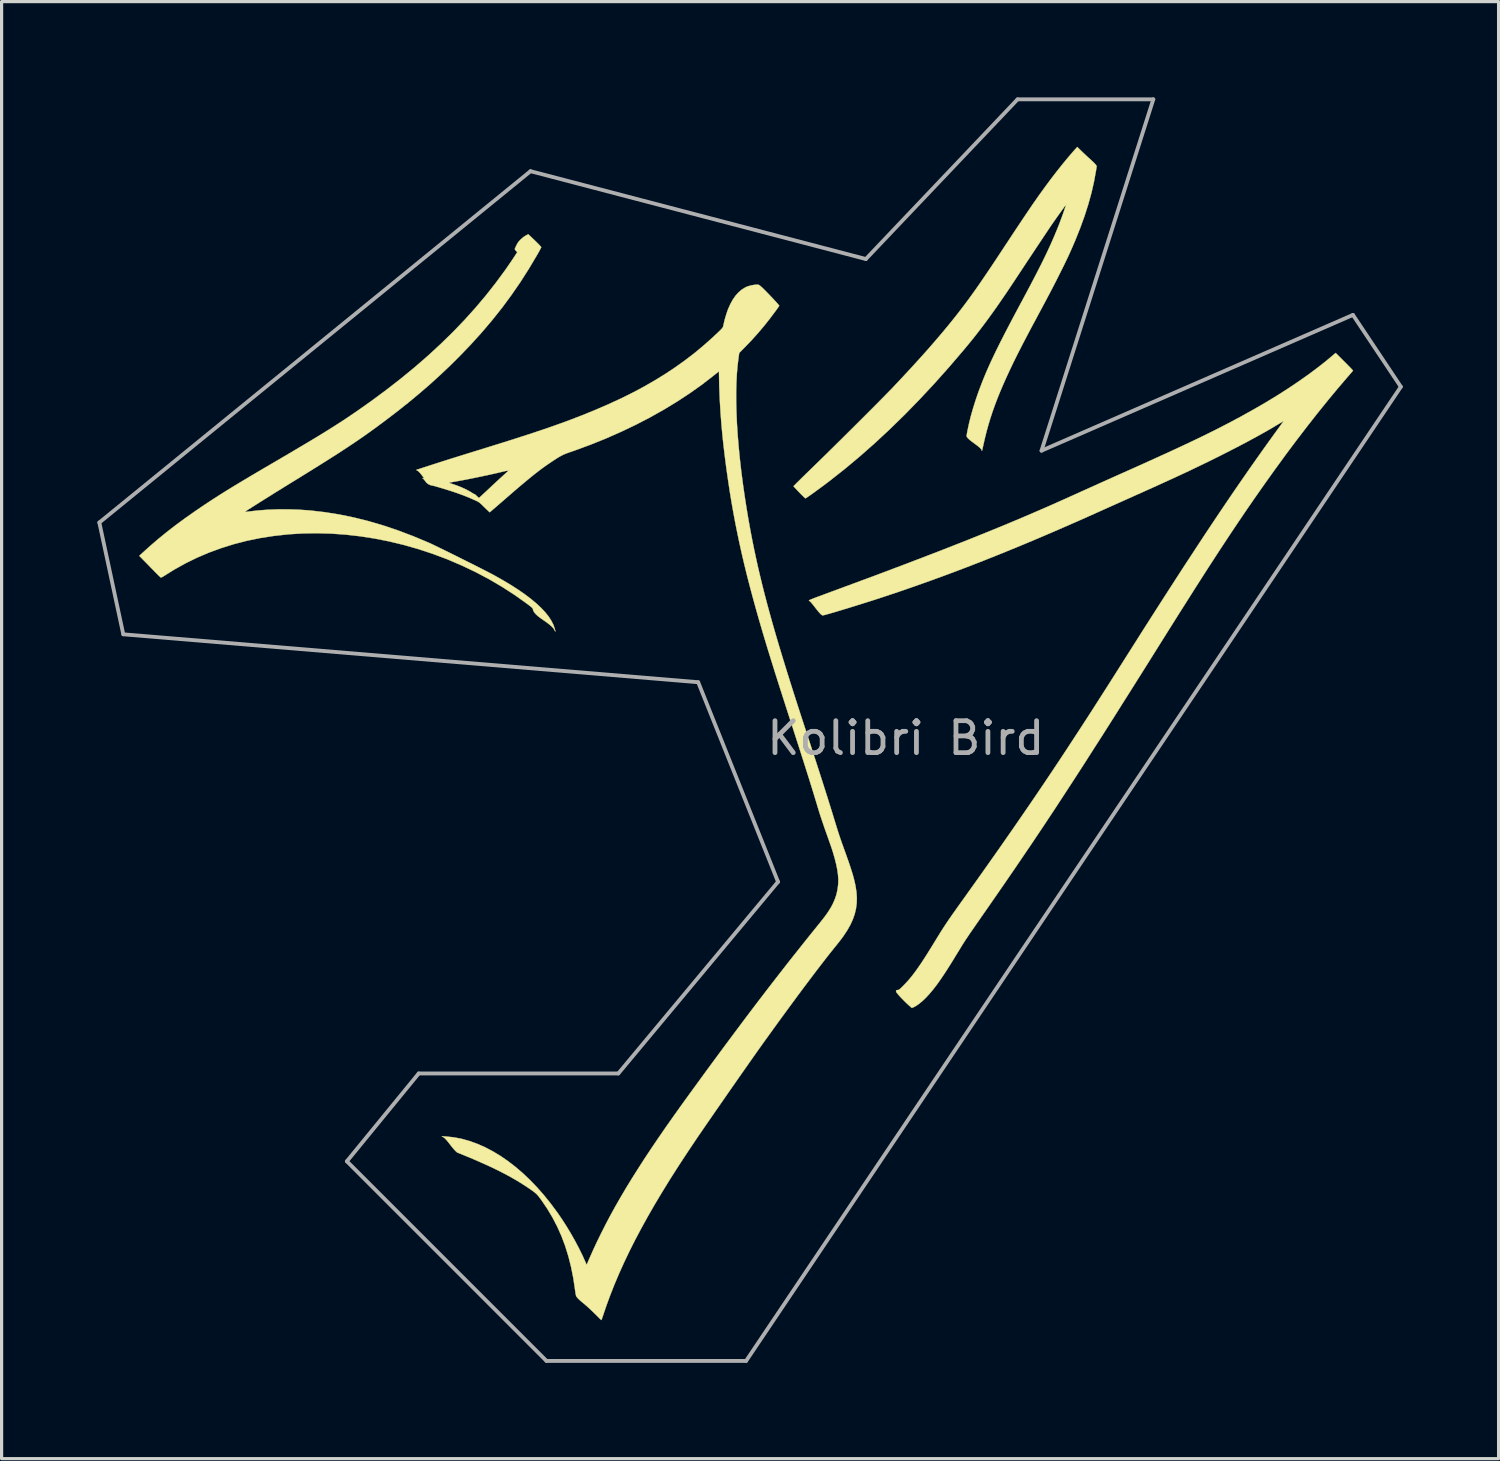
<source format=kicad_pcb>
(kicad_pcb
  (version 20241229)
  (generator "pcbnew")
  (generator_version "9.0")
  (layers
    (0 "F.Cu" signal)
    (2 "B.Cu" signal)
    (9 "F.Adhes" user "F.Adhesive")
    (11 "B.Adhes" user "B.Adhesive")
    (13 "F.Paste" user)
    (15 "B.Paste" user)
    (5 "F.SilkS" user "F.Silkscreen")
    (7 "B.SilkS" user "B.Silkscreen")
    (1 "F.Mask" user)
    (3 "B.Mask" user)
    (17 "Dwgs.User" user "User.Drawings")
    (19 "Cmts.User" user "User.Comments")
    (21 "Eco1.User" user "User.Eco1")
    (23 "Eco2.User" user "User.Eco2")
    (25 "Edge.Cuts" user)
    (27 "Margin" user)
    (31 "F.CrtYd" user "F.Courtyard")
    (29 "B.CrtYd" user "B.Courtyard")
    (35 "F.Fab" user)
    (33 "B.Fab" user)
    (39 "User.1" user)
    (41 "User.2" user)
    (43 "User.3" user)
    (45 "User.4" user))
  (footprint "kolibriBird"
    (layer "F.Cu")
    (at 20.31 20.06)
    (property "Reference" "kolibriBird" (at 0 0 0) (layer "Eco2.User") (effects (font (size 1.524 1.524) (thickness 0.3))))
    (attr through_hole)
    (fp_poly (pts (xy -6.661 -15.625) (xy -6.61 -15.576) (xy -6.561 -15.528) (xy -6.517 -15.485) (xy -6.482 -15.449) (xy -6.459 -15.425) (xy -6.458 -15.423) (xy -6.413 -15.372) (xy -6.436 -15.324) (xy -6.45 -15.298) (xy -6.471 -15.258) (xy -6.498 -15.209) (xy -6.529 -15.155) (xy -6.545 -15.126) (xy -6.8 -14.697) (xy -7.066 -14.28) (xy -7.346 -13.874) (xy -7.639 -13.477) (xy -7.949 -13.087) (xy -8.275 -12.703) (xy -8.62 -12.322) (xy -8.968 -11.96) (xy -9.273 -11.657) (xy -9.584 -11.363) (xy -9.901 -11.075) (xy -10.229 -10.792) (xy -10.568 -10.51) (xy -10.922 -10.229) (xy -11.294 -9.945) (xy -11.353 -9.901) (xy -11.48 -9.807) (xy -11.603 -9.716) (xy -11.725 -9.628) (xy -11.845 -9.542) (xy -11.966 -9.456) (xy -12.089 -9.371) (xy -12.214 -9.285) (xy -12.344 -9.198) (xy -12.479 -9.108) (xy -12.621 -9.015) (xy -12.771 -8.917) (xy -12.931 -8.815) (xy -13.1 -8.708) (xy -13.282 -8.593) (xy -13.477 -8.471) (xy -13.686 -8.341) (xy -13.91 -8.202) (xy -14.152 -8.053) (xy -14.169 -8.043) (xy -14.31 -7.956) (xy -14.451 -7.869) (xy -14.59 -7.782) (xy -14.727 -7.698) (xy -14.859 -7.615) (xy -14.985 -7.536) (xy -15.106 -7.461) (xy -15.218 -7.39) (xy -15.322 -7.325) (xy -15.415 -7.266) (xy -15.497 -7.213) (xy -15.567 -7.169) (xy -15.623 -7.133) (xy -15.663 -7.106) (xy -15.688 -7.089) (xy -15.694 -7.084) (xy -15.687 -7.082) (xy -15.663 -7.084) (xy -15.625 -7.088) (xy -15.577 -7.094) (xy -15.567 -7.095) (xy -15.278 -7.128) (xy -14.975 -7.151) (xy -14.661 -7.162) (xy -14.342 -7.163) (xy -14.02 -7.153) (xy -13.7 -7.131) (xy -13.632 -7.125) (xy -13.185 -7.073) (xy -12.735 -7.001) (xy -12.281 -6.908) (xy -11.824 -6.794) (xy -11.364 -6.659) (xy -10.9 -6.503) (xy -10.432 -6.326) (xy -9.961 -6.129) (xy -9.926 -6.114) (xy -9.878 -6.092) (xy -9.813 -6.062) (xy -9.734 -6.023) (xy -9.641 -5.978) (xy -9.536 -5.927) (xy -9.422 -5.872) (xy -9.301 -5.812) (xy -9.173 -5.749) (xy -9.042 -5.684) (xy -8.909 -5.617) (xy -8.776 -5.551) (xy -8.644 -5.485) (xy -8.516 -5.421) (xy -8.394 -5.359) (xy -8.279 -5.301) (xy -8.174 -5.247) (xy -8.079 -5.198) (xy -7.998 -5.156) (xy -7.931 -5.121) (xy -7.888 -5.098) (xy -7.616 -4.944) (xy -7.365 -4.794) (xy -7.135 -4.646) (xy -6.925 -4.501) (xy -6.737 -4.358) (xy -6.569 -4.218) (xy -6.422 -4.081) (xy -6.295 -3.946) (xy -6.188 -3.814) (xy -6.103 -3.684) (xy -6.037 -3.556) (xy -5.992 -3.431) (xy -5.977 -3.37) (xy -5.973 -3.346) (xy -5.973 -3.335) (xy -5.973 -3.335) (xy -5.979 -3.344) (xy -5.991 -3.366) (xy -6.001 -3.387) (xy -6.028 -3.431) (xy -6.072 -3.481) (xy -6.133 -3.537) (xy -6.212 -3.599) (xy -6.31 -3.669) (xy -6.332 -3.684) (xy -6.427 -3.75) (xy -6.504 -3.809) (xy -6.565 -3.862) (xy -6.611 -3.91) (xy -6.644 -3.956) (xy -6.665 -4) (xy -6.675 -4.035) (xy -6.678 -4.049) (xy -6.685 -4.063) (xy -6.698 -4.078) (xy -6.719 -4.098) (xy -6.75 -4.123) (xy -6.793 -4.157) (xy -6.851 -4.2) (xy -6.858 -4.206) (xy -7.239 -4.477) (xy -7.633 -4.732) (xy -8.041 -4.972) (xy -8.461 -5.195) (xy -8.893 -5.401) (xy -9.336 -5.591) (xy -9.379 -5.608) (xy -9.82 -5.773) (xy -10.267 -5.92) (xy -10.717 -6.048) (xy -11.171 -6.158) (xy -11.626 -6.248) (xy -12.082 -6.319) (xy -12.538 -6.371) (xy -12.991 -6.403) (xy -13.443 -6.415) (xy -13.89 -6.408) (xy -14.332 -6.381) (xy -14.357 -6.378) (xy -14.79 -6.33) (xy -15.214 -6.264) (xy -15.628 -6.179) (xy -16.032 -6.075) (xy -16.426 -5.952) (xy -16.81 -5.812) (xy -17.183 -5.653) (xy -17.547 -5.475) (xy -17.9 -5.279) (xy -18.189 -5.099) (xy -18.242 -5.066) (xy -18.281 -5.043) (xy -18.307 -5.031) (xy -18.323 -5.028) (xy -18.328 -5.03) (xy -18.341 -5.04) (xy -18.365 -5.063) (xy -18.4 -5.096) (xy -18.442 -5.138) (xy -18.489 -5.186) (xy -18.509 -5.206) (xy -18.571 -5.27) (xy -18.642 -5.342) (xy -18.715 -5.417) (xy -18.785 -5.489) (xy -18.835 -5.54) (xy -18.999 -5.707) (xy -18.904 -5.795) (xy -18.66 -6.016) (xy -18.405 -6.235) (xy -18.137 -6.453) (xy -17.855 -6.671) (xy -17.557 -6.89) (xy -17.241 -7.112) (xy -17.041 -7.248) (xy -16.929 -7.323) (xy -16.819 -7.396) (xy -16.709 -7.468) (xy -16.598 -7.539) (xy -16.485 -7.612) (xy -16.367 -7.686) (xy -16.245 -7.762) (xy -16.116 -7.841) (xy -15.979 -7.925) (xy -15.832 -8.013) (xy -15.675 -8.107) (xy -15.506 -8.208) (xy -15.323 -8.316) (xy -15.126 -8.432) (xy -14.912 -8.557) (xy -14.775 -8.637) (xy -14.533 -8.779) (xy -14.308 -8.911) (xy -14.099 -9.035) (xy -13.905 -9.15) (xy -13.724 -9.257) (xy -13.556 -9.358) (xy -13.399 -9.453) (xy -13.252 -9.543) (xy -13.114 -9.629) (xy -12.983 -9.711) (xy -12.858 -9.79) (xy -12.738 -9.867) (xy -12.622 -9.942) (xy -12.509 -10.017) (xy -12.397 -10.092) (xy -12.286 -10.168) (xy -12.239 -10.199) (xy -11.743 -10.548) (xy -11.267 -10.9) (xy -10.812 -11.254) (xy -10.376 -11.612) (xy -9.959 -11.974) (xy -9.561 -12.341) (xy -9.181 -12.712) (xy -8.819 -13.089) (xy -8.475 -13.471) (xy -8.147 -13.86) (xy -7.836 -14.255) (xy -7.54 -14.657) (xy -7.377 -14.893) (xy -7.336 -14.953) (xy -7.297 -15.012) (xy -7.261 -15.066) (xy -7.231 -15.112) (xy -7.211 -15.144) (xy -7.21 -15.144) (xy -7.165 -15.216) (xy -7.204 -15.255) (xy -7.226 -15.281) (xy -7.239 -15.302) (xy -7.242 -15.31) (xy -7.238 -15.325) (xy -7.226 -15.355) (xy -7.208 -15.394) (xy -7.193 -15.426) (xy -7.166 -15.478) (xy -7.14 -15.519) (xy -7.11 -15.558) (xy -7.07 -15.6) (xy -7.058 -15.612) (xy -6.978 -15.683) (xy -6.902 -15.733) (xy -6.896 -15.736) (xy -6.82 -15.776) (xy -6.661 -15.625)) (stroke (width 0.01) (type solid)) (fill yes) (layer "F.SilkS"))
    (fp_poly (pts (xy 10.496 -18.384) (xy 10.55 -18.332) (xy 10.614 -18.272) (xy 10.68 -18.21) (xy 10.744 -18.152) (xy 10.773 -18.126) (xy 10.822 -18.081) (xy 10.868 -18.037) (xy 10.906 -17.999) (xy 10.935 -17.969) (xy 10.95 -17.951) (xy 10.978 -17.909) (xy 10.958 -17.782) (xy 10.895 -17.434) (xy 10.815 -17.079) (xy 10.715 -16.717) (xy 10.597 -16.347) (xy 10.46 -15.969) (xy 10.305 -15.582) (xy 10.286 -15.538) (xy 10.237 -15.423) (xy 10.19 -15.316) (xy 10.144 -15.213) (xy 10.098 -15.112) (xy 10.05 -15.01) (xy 9.998 -14.902) (xy 9.942 -14.787) (xy 9.879 -14.66) (xy 9.808 -14.519) (xy 9.783 -14.468) (xy 9.746 -14.395) (xy 9.711 -14.325) (xy 9.677 -14.259) (xy 9.643 -14.193) (xy 9.609 -14.127) (xy 9.574 -14.059) (xy 9.536 -13.988) (xy 9.496 -13.911) (xy 9.452 -13.828) (xy 9.404 -13.737) (xy 9.35 -13.636) (xy 9.291 -13.525) (xy 9.224 -13.401) (xy 9.15 -13.262) (xy 9.068 -13.108) (xy 8.976 -12.938) (xy 8.812 -12.629) (xy 8.659 -12.336) (xy 8.517 -12.058) (xy 8.385 -11.794) (xy 8.264 -11.541) (xy 8.152 -11.3) (xy 8.049 -11.069) (xy 7.954 -10.846) (xy 7.867 -10.631) (xy 7.788 -10.422) (xy 7.715 -10.217) (xy 7.649 -10.016) (xy 7.589 -9.817) (xy 7.534 -9.62) (xy 7.484 -9.422) (xy 7.438 -9.222) (xy 7.427 -9.174) (xy 7.412 -9.102) (xy 7.4 -9.049) (xy 7.391 -9.014) (xy 7.385 -8.995) (xy 7.381 -8.991) (xy 7.38 -9) (xy 7.38 -9.009) (xy 7.371 -9.033) (xy 7.345 -9.065) (xy 7.301 -9.106) (xy 7.239 -9.157) (xy 7.158 -9.217) (xy 7.138 -9.232) (xy 7.054 -9.294) (xy 6.988 -9.348) (xy 6.941 -9.394) (xy 6.913 -9.43) (xy 6.903 -9.458) (xy 6.905 -9.479) (xy 6.912 -9.517) (xy 6.921 -9.568) (xy 6.933 -9.63) (xy 6.947 -9.697) (xy 6.962 -9.768) (xy 6.977 -9.838) (xy 6.992 -9.903) (xy 6.993 -9.905) (xy 7.045 -10.112) (xy 7.108 -10.331) (xy 7.178 -10.555) (xy 7.254 -10.779) (xy 7.29 -10.88) (xy 7.34 -11.012) (xy 7.39 -11.143) (xy 7.443 -11.274) (xy 7.498 -11.407) (xy 7.556 -11.542) (xy 7.617 -11.681) (xy 7.683 -11.824) (xy 7.754 -11.974) (xy 7.83 -12.132) (xy 7.912 -12.298) (xy 8.001 -12.475) (xy 8.097 -12.663) (xy 8.201 -12.863) (xy 8.313 -13.078) (xy 8.435 -13.307) (xy 8.566 -13.553) (xy 8.64 -13.69) (xy 8.765 -13.924) (xy 8.881 -14.142) (xy 8.987 -14.344) (xy 9.085 -14.533) (xy 9.175 -14.709) (xy 9.259 -14.875) (xy 9.336 -15.032) (xy 9.408 -15.181) (xy 9.475 -15.324) (xy 9.538 -15.462) (xy 9.598 -15.598) (xy 9.656 -15.732) (xy 9.712 -15.866) (xy 9.767 -16.002) (xy 9.789 -16.056) (xy 9.814 -16.122) (xy 9.841 -16.194) (xy 9.869 -16.269) (xy 9.897 -16.346) (xy 9.924 -16.421) (xy 9.949 -16.492) (xy 9.971 -16.556) (xy 9.989 -16.611) (xy 10.003 -16.654) (xy 10.011 -16.682) (xy 10.012 -16.693) (xy 10.005 -16.686) (xy 9.988 -16.663) (xy 9.96 -16.627) (xy 9.925 -16.578) (xy 9.882 -16.519) (xy 9.834 -16.452) (xy 9.781 -16.378) (xy 9.725 -16.299) (xy 9.667 -16.217) (xy 9.609 -16.134) (xy 9.592 -16.109) (xy 9.565 -16.071) (xy 9.528 -16.016) (xy 9.481 -15.947) (xy 9.426 -15.864) (xy 9.363 -15.77) (xy 9.293 -15.665) (xy 9.217 -15.551) (xy 9.137 -15.431) (xy 9.053 -15.304) (xy 8.966 -15.173) (xy 8.878 -15.04) (xy 8.788 -14.905) (xy 8.699 -14.77) (xy 8.611 -14.636) (xy 8.565 -14.567) (xy 8.404 -14.323) (xy 8.253 -14.096) (xy 8.11 -13.884) (xy 7.973 -13.685) (xy 7.844 -13.498) (xy 7.718 -13.321) (xy 7.597 -13.153) (xy 7.478 -12.992) (xy 7.36 -12.836) (xy 7.243 -12.683) (xy 7.125 -12.533) (xy 7.004 -12.384) (xy 6.88 -12.233) (xy 6.815 -12.155) (xy 6.354 -11.616) (xy 5.892 -11.098) (xy 5.429 -10.602) (xy 4.965 -10.126) (xy 4.499 -9.671) (xy 4.032 -9.237) (xy 3.563 -8.823) (xy 3.093 -8.43) (xy 2.62 -8.057) (xy 2.507 -7.971) (xy 2.426 -7.91) (xy 2.343 -7.849) (xy 2.261 -7.789) (xy 2.182 -7.731) (xy 2.108 -7.677) (xy 2.039 -7.628) (xy 1.979 -7.586) (xy 1.929 -7.551) (xy 1.891 -7.526) (xy 1.866 -7.511) (xy 1.857 -7.507) (xy 1.846 -7.514) (xy 1.823 -7.535) (xy 1.79 -7.567) (xy 1.749 -7.607) (xy 1.701 -7.655) (xy 1.666 -7.692) (xy 1.616 -7.744) (xy 1.572 -7.791) (xy 1.534 -7.831) (xy 1.506 -7.861) (xy 1.489 -7.88) (xy 1.485 -7.886) (xy 1.492 -7.894) (xy 1.513 -7.916) (xy 1.547 -7.951) (xy 1.593 -7.997) (xy 1.65 -8.053) (xy 1.716 -8.119) (xy 1.791 -8.192) (xy 1.873 -8.273) (xy 1.962 -8.359) (xy 2.056 -8.45) (xy 2.109 -8.502) (xy 2.215 -8.605) (xy 2.33 -8.717) (xy 2.453 -8.837) (xy 2.582 -8.964) (xy 2.716 -9.096) (xy 2.854 -9.233) (xy 2.996 -9.372) (xy 3.138 -9.514) (xy 3.282 -9.656) (xy 3.424 -9.798) (xy 3.565 -9.938) (xy 3.702 -10.075) (xy 3.835 -10.208) (xy 3.962 -10.335) (xy 4.083 -10.457) (xy 4.195 -10.57) (xy 4.298 -10.674) (xy 4.391 -10.769) (xy 4.472 -10.852) (xy 4.541 -10.922) (xy 4.591 -10.974) (xy 4.894 -11.297) (xy 5.181 -11.606) (xy 5.452 -11.904) (xy 5.708 -12.19) (xy 5.947 -12.466) (xy 6.172 -12.73) (xy 6.382 -12.985) (xy 6.578 -13.23) (xy 6.76 -13.465) (xy 6.814 -13.536) (xy 6.887 -13.633) (xy 6.957 -13.728) (xy 7.026 -13.823) (xy 7.096 -13.92) (xy 7.167 -14.019) (xy 7.239 -14.122) (xy 7.315 -14.231) (xy 7.394 -14.346) (xy 7.478 -14.47) (xy 7.568 -14.603) (xy 7.665 -14.747) (xy 7.769 -14.903) (xy 7.882 -15.073) (xy 8.004 -15.258) (xy 8.136 -15.459) (xy 8.15 -15.479) (xy 8.292 -15.695) (xy 8.423 -15.893) (xy 8.545 -16.076) (xy 8.657 -16.244) (xy 8.76 -16.398) (xy 8.856 -16.539) (xy 8.944 -16.669) (xy 8.974 -16.713) (xy 10.016 -16.713) (xy 10.021 -16.707) (xy 10.027 -16.713) (xy 10.021 -16.718) (xy 10.016 -16.713) (xy 8.974 -16.713) (xy 9.027 -16.789) (xy 9.103 -16.898) (xy 9.174 -17) (xy 9.188 -17.019) (xy 9.367 -17.267) (xy 9.546 -17.508) (xy 9.723 -17.738) (xy 9.897 -17.957) (xy 10.066 -18.162) (xy 10.227 -18.351) (xy 10.285 -18.416) (xy 10.368 -18.509) (xy 10.496 -18.384)) (stroke (width 0.01) (type solid)) (fill yes) (layer "F.SilkS"))
    (fp_poly (pts (xy 18.732 -11.787) (xy 18.794 -11.725) (xy 18.851 -11.667) (xy 18.902 -11.615) (xy 18.944 -11.572) (xy 18.975 -11.538) (xy 18.996 -11.516) (xy 19.002 -11.507) (xy 19.002 -11.507) (xy 18.995 -11.498) (xy 18.976 -11.474) (xy 18.946 -11.44) (xy 18.909 -11.396) (xy 18.866 -11.346) (xy 18.84 -11.317) (xy 18.532 -10.957) (xy 18.218 -10.578) (xy 17.898 -10.182) (xy 17.573 -9.768) (xy 17.243 -9.338) (xy 16.91 -8.893) (xy 16.574 -8.433) (xy 16.236 -7.96) (xy 15.896 -7.475) (xy 15.721 -7.221) (xy 15.613 -7.063) (xy 15.506 -6.905) (xy 15.399 -6.747) (xy 15.292 -6.588) (xy 15.184 -6.426) (xy 15.074 -6.26) (xy 14.963 -6.091) (xy 14.848 -5.917) (xy 14.731 -5.737) (xy 14.609 -5.549) (xy 14.483 -5.355) (xy 14.352 -5.151) (xy 14.216 -4.938) (xy 14.073 -4.715) (xy 13.924 -4.48) (xy 13.768 -4.233) (xy 13.603 -3.973) (xy 13.43 -3.699) (xy 13.248 -3.41) (xy 13.057 -3.105) (xy 12.855 -2.783) (xy 12.755 -2.623) (xy 12.495 -2.208) (xy 12.245 -1.811) (xy 12.005 -1.429) (xy 11.773 -1.063) (xy 11.551 -0.71) (xy 11.336 -0.371) (xy 11.129 -0.045) (xy 10.927 0.27) (xy 10.732 0.575) (xy 10.543 0.871) (xy 10.357 1.158) (xy 10.176 1.437) (xy 9.998 1.71) (xy 9.823 1.978) (xy 9.651 2.241) (xy 9.479 2.5) (xy 9.309 2.757) (xy 9.138 3.012) (xy 8.968 3.266) (xy 8.796 3.52) (xy 8.622 3.776) (xy 8.447 4.034) (xy 8.268 4.295) (xy 8.086 4.56) (xy 7.899 4.83) (xy 7.708 5.106) (xy 7.511 5.39) (xy 7.386 5.569) (xy 7.29 5.708) (xy 7.204 5.831) (xy 7.129 5.94) (xy 7.063 6.035) (xy 7.005 6.119) (xy 6.955 6.193) (xy 6.912 6.258) (xy 6.873 6.315) (xy 6.84 6.367) (xy 6.81 6.414) (xy 6.782 6.457) (xy 6.768 6.48) (xy 6.744 6.519) (xy 6.711 6.573) (xy 6.671 6.639) (xy 6.625 6.713) (xy 6.577 6.791) (xy 6.528 6.871) (xy 6.506 6.909) (xy 6.397 7.084) (xy 6.294 7.247) (xy 6.196 7.397) (xy 6.106 7.531) (xy 6.024 7.649) (xy 5.974 7.718) (xy 5.86 7.866) (xy 5.749 7.999) (xy 5.64 8.118) (xy 5.534 8.22) (xy 5.433 8.306) (xy 5.338 8.374) (xy 5.249 8.423) (xy 5.228 8.433) (xy 5.188 8.449) (xy 5.106 8.376) (xy 5.051 8.326) (xy 4.994 8.272) (xy 4.936 8.214) (xy 4.88 8.157) (xy 4.827 8.102) (xy 4.781 8.051) (xy 4.744 8.008) (xy 4.717 7.974) (xy 4.703 7.951) (xy 4.702 7.949) (xy 4.694 7.916) (xy 4.7 7.897) (xy 4.721 7.889) (xy 4.744 7.888) (xy 4.76 7.887) (xy 4.775 7.883) (xy 4.791 7.874) (xy 4.812 7.858) (xy 4.839 7.833) (xy 4.877 7.797) (xy 4.921 7.753) (xy 4.99 7.682) (xy 5.057 7.609) (xy 5.124 7.532) (xy 5.192 7.449) (xy 5.261 7.36) (xy 5.332 7.263) (xy 5.407 7.156) (xy 5.487 7.039) (xy 5.573 6.908) (xy 5.665 6.765) (xy 5.764 6.605) (xy 5.872 6.43) (xy 5.913 6.363) (xy 5.975 6.262) (xy 6.032 6.169) (xy 6.085 6.083) (xy 6.136 6.003) (xy 6.187 5.924) (xy 6.237 5.847) (xy 6.29 5.768) (xy 6.346 5.685) (xy 6.407 5.597) (xy 6.474 5.501) (xy 6.549 5.396) (xy 6.632 5.278) (xy 6.726 5.146) (xy 6.776 5.077) (xy 7.072 4.662) (xy 7.357 4.262) (xy 7.631 3.874) (xy 7.897 3.497) (xy 8.154 3.129) (xy 8.404 2.769) (xy 8.649 2.414) (xy 8.889 2.064) (xy 9.126 1.716) (xy 9.361 1.368) (xy 9.595 1.019) (xy 9.829 0.667) (xy 10.064 0.311) (xy 10.301 -0.052) (xy 10.543 -0.423) (xy 10.789 -0.803) (xy 11.04 -1.195) (xy 11.299 -1.6) (xy 11.566 -2.02) (xy 11.842 -2.456) (xy 12.135 -2.918) (xy 12.417 -3.363) (xy 12.689 -3.79) (xy 12.953 -4.202) (xy 13.208 -4.599) (xy 13.455 -4.982) (xy 13.694 -5.351) (xy 13.927 -5.707) (xy 14.153 -6.052) (xy 14.373 -6.386) (xy 14.588 -6.709) (xy 14.798 -7.023) (xy 15.004 -7.328) (xy 15.206 -7.626) (xy 15.405 -7.916) (xy 15.601 -8.2) (xy 15.795 -8.479) (xy 15.988 -8.753) (xy 16.179 -9.023) (xy 16.371 -9.291) (xy 16.562 -9.556) (xy 16.752 -9.817) (xy 16.834 -9.931) (xy 16.685 -9.841) (xy 16.461 -9.708) (xy 16.226 -9.573) (xy 15.978 -9.435) (xy 15.717 -9.293) (xy 15.441 -9.147) (xy 15.147 -8.996) (xy 14.836 -8.838) (xy 14.823 -8.832) (xy 14.669 -8.755) (xy 14.518 -8.68) (xy 14.369 -8.608) (xy 14.221 -8.536) (xy 14.072 -8.464) (xy 13.919 -8.391) (xy 13.763 -8.317) (xy 13.6 -8.241) (xy 13.429 -8.162) (xy 13.248 -8.079) (xy 13.057 -7.992) (xy 12.853 -7.899) (xy 12.634 -7.8) (xy 12.4 -7.695) (xy 12.147 -7.582) (xy 12.128 -7.573) (xy 12.001 -7.516) (xy 11.862 -7.454) (xy 11.717 -7.389) (xy 11.569 -7.323) (xy 11.422 -7.257) (xy 11.281 -7.194) (xy 11.15 -7.135) (xy 11.033 -7.082) (xy 11.006 -7.07) (xy 10.381 -6.791) (xy 9.771 -6.525) (xy 9.175 -6.269) (xy 8.593 -6.025) (xy 8.022 -5.791) (xy 7.461 -5.567) (xy 6.909 -5.352) (xy 6.365 -5.147) (xy 5.826 -4.949) (xy 5.292 -4.759) (xy 4.762 -4.576) (xy 4.298 -4.421) (xy 4.171 -4.379) (xy 4.038 -4.336) (xy 3.901 -4.292) (xy 3.761 -4.248) (xy 3.62 -4.204) (xy 3.48 -4.16) (xy 3.342 -4.117) (xy 3.207 -4.075) (xy 3.078 -4.036) (xy 2.955 -3.999) (xy 2.84 -3.964) (xy 2.735 -3.933) (xy 2.642 -3.906) (xy 2.561 -3.883) (xy 2.495 -3.865) (xy 2.445 -3.852) (xy 2.412 -3.845) (xy 2.401 -3.843) (xy 2.382 -3.848) (xy 2.358 -3.863) (xy 2.329 -3.889) (xy 2.293 -3.927) (xy 2.248 -3.98) (xy 2.193 -4.049) (xy 2.161 -4.09) (xy 2.109 -4.157) (xy 2.067 -4.209) (xy 2.034 -4.248) (xy 2.006 -4.276) (xy 1.983 -4.295) (xy 1.966 -4.306) (xy 1.966 -4.31) (xy 1.975 -4.317) (xy 1.995 -4.327) (xy 2.027 -4.341) (xy 2.072 -4.359) (xy 2.132 -4.383) (xy 2.208 -4.412) (xy 2.301 -4.446) (xy 2.412 -4.487) (xy 2.458 -4.505) (xy 2.925 -4.677) (xy 3.373 -4.843) (xy 3.802 -5.002) (xy 4.215 -5.156) (xy 4.611 -5.305) (xy 4.992 -5.449) (xy 5.358 -5.589) (xy 5.711 -5.724) (xy 6.052 -5.855) (xy 6.381 -5.984) (xy 6.699 -6.109) (xy 7.008 -6.231) (xy 7.309 -6.352) (xy 7.601 -6.47) (xy 7.887 -6.587) (xy 8.168 -6.703) (xy 8.443 -6.818) (xy 8.714 -6.933) (xy 8.983 -7.048) (xy 9.249 -7.163) (xy 9.515 -7.279) (xy 9.78 -7.397) (xy 10.046 -7.516) (xy 10.314 -7.637) (xy 10.476 -7.71) (xy 10.563 -7.75) (xy 10.668 -7.797) (xy 10.786 -7.85) (xy 10.914 -7.908) (xy 11.051 -7.97) (xy 11.194 -8.034) (xy 11.339 -8.099) (xy 11.484 -8.164) (xy 11.625 -8.227) (xy 11.737 -8.277) (xy 12.044 -8.414) (xy 12.334 -8.544) (xy 12.606 -8.667) (xy 12.862 -8.783) (xy 13.103 -8.893) (xy 13.33 -8.997) (xy 13.544 -9.096) (xy 13.747 -9.191) (xy 13.939 -9.282) (xy 14.122 -9.369) (xy 14.297 -9.454) (xy 14.465 -9.536) (xy 14.626 -9.616) (xy 14.783 -9.695) (xy 14.936 -9.774) (xy 15.086 -9.852) (xy 15.235 -9.93) (xy 15.383 -10.01) (xy 15.533 -10.09) (xy 15.533 -10.091) (xy 15.91 -10.301) (xy 16.276 -10.513) (xy 16.629 -10.728) (xy 16.967 -10.944) (xy 17.29 -11.161) (xy 17.597 -11.377) (xy 17.886 -11.592) (xy 18.157 -11.805) (xy 18.364 -11.979) (xy 18.459 -12.06) (xy 18.732 -11.787)) (stroke (width 0.01) (type solid)) (fill yes) (layer "F.SilkS"))
    (fp_poly (pts (xy 0.369 -14.198) (xy 0.389 -14.194) (xy 0.408 -14.185) (xy 0.432 -14.168) (xy 0.464 -14.141) (xy 0.488 -14.12) (xy 0.518 -14.092) (xy 0.557 -14.054) (xy 0.604 -14.008) (xy 0.655 -13.955) (xy 0.711 -13.898) (xy 0.767 -13.839) (xy 0.823 -13.78) (xy 0.876 -13.723) (xy 0.925 -13.67) (xy 0.968 -13.623) (xy 1.002 -13.584) (xy 1.025 -13.556) (xy 1.037 -13.54) (xy 1.038 -13.537) (xy 1.032 -13.527) (xy 1.015 -13.503) (xy 0.991 -13.467) (xy 0.96 -13.424) (xy 0.94 -13.396) (xy 0.755 -13.148) (xy 0.571 -12.915) (xy 0.384 -12.694) (xy 0.191 -12.478) (xy -0.009 -12.269) (xy -0.215 -12.06) (xy -0.239 -11.893) (xy -0.268 -11.654) (xy -0.29 -11.396) (xy -0.304 -11.12) (xy -0.311 -10.827) (xy -0.31 -10.518) (xy -0.302 -10.193) (xy -0.287 -9.854) (xy -0.264 -9.501) (xy -0.234 -9.135) (xy -0.197 -8.757) (xy -0.153 -8.367) (xy -0.101 -7.968) (xy -0.047 -7.591) (xy -0.003 -7.307) (xy 0.042 -7.027) (xy 0.09 -6.75) (xy 0.14 -6.474) (xy 0.193 -6.198) (xy 0.249 -5.922) (xy 0.308 -5.645) (xy 0.37 -5.364) (xy 0.437 -5.079) (xy 0.507 -4.79) (xy 0.582 -4.494) (xy 0.662 -4.19) (xy 0.747 -3.878) (xy 0.837 -3.556) (xy 0.933 -3.223) (xy 1.035 -2.878) (xy 1.143 -2.521) (xy 1.258 -2.148) (xy 1.379 -1.761) (xy 1.507 -1.357) (xy 1.643 -0.935) (xy 1.747 -0.614) (xy 1.783 -0.504) (xy 1.824 -0.378) (xy 1.869 -0.242) (xy 1.915 -0.098) (xy 1.963 0.047) (xy 2.01 0.19) (xy 2.054 0.327) (xy 2.091 0.439) (xy 2.176 0.7) (xy 2.259 0.956) (xy 2.338 1.203) (xy 2.415 1.442) (xy 2.487 1.669) (xy 2.555 1.883) (xy 2.617 2.082) (xy 2.674 2.264) (xy 2.712 2.387) (xy 2.754 2.525) (xy 2.791 2.645) (xy 2.823 2.75) (xy 2.852 2.842) (xy 2.878 2.924) (xy 2.902 2.999) (xy 2.925 3.069) (xy 2.948 3.137) (xy 2.972 3.205) (xy 2.996 3.276) (xy 3.024 3.352) (xy 3.054 3.437) (xy 3.073 3.489) (xy 3.133 3.657) (xy 3.186 3.807) (xy 3.233 3.942) (xy 3.273 4.063) (xy 3.308 4.173) (xy 3.339 4.273) (xy 3.365 4.366) (xy 3.387 4.453) (xy 3.406 4.536) (xy 3.424 4.618) (xy 3.429 4.648) (xy 3.457 4.831) (xy 3.468 5.008) (xy 3.462 5.179) (xy 3.439 5.347) (xy 3.399 5.513) (xy 3.341 5.679) (xy 3.264 5.846) (xy 3.168 6.016) (xy 3.053 6.191) (xy 2.979 6.292) (xy 2.949 6.331) (xy 2.908 6.383) (xy 2.86 6.444) (xy 2.808 6.509) (xy 2.754 6.576) (xy 2.721 6.617) (xy 2.633 6.726) (xy 2.535 6.851) (xy 2.426 6.991) (xy 2.309 7.143) (xy 2.183 7.308) (xy 2.05 7.483) (xy 1.911 7.668) (xy 1.767 7.86) (xy 1.619 8.059) (xy 1.468 8.264) (xy 1.315 8.472) (xy 1.161 8.682) (xy 1.007 8.893) (xy 0.854 9.105) (xy 0.703 9.314) (xy 0.554 9.521) (xy 0.41 9.723) (xy 0.326 9.841) (xy 0.235 9.971) (xy 0.135 10.112) (xy 0.029 10.264) (xy -0.084 10.425) (xy -0.202 10.593) (xy -0.323 10.767) (xy -0.446 10.943) (xy -0.57 11.121) (xy -0.693 11.299) (xy -0.815 11.475) (xy -0.935 11.647) (xy -1.05 11.814) (xy -1.16 11.973) (xy -1.263 12.122) (xy -1.358 12.261) (xy -1.445 12.387) (xy -1.521 12.498) (xy -1.553 12.546) (xy -1.846 12.983) (xy -2.123 13.406) (xy -2.385 13.817) (xy -2.631 14.217) (xy -2.864 14.606) (xy -3.082 14.986) (xy -3.286 15.356) (xy -3.478 15.718) (xy -3.656 16.072) (xy -3.822 16.42) (xy -3.976 16.762) (xy -4.119 17.099) (xy -4.25 17.431) (xy -4.371 17.76) (xy -4.459 18.018) (xy -4.479 18.079) (xy -4.498 18.133) (xy -4.513 18.177) (xy -4.525 18.207) (xy -4.531 18.221) (xy -4.531 18.222) (xy -4.54 18.214) (xy -4.562 18.194) (xy -4.594 18.163) (xy -4.635 18.122) (xy -4.683 18.074) (xy -4.733 18.025) (xy -4.796 17.963) (xy -4.864 17.898) (xy -4.933 17.834) (xy -4.998 17.776) (xy -5.055 17.726) (xy -5.078 17.707) (xy -5.154 17.645) (xy -5.215 17.592) (xy -5.261 17.547) (xy -5.294 17.509) (xy -5.317 17.476) (xy -5.32 17.469) (xy -5.326 17.45) (xy -5.334 17.414) (xy -5.343 17.365) (xy -5.351 17.307) (xy -5.357 17.263) (xy -5.411 16.903) (xy -5.48 16.557) (xy -5.564 16.225) (xy -5.663 15.906) (xy -5.778 15.598) (xy -5.91 15.302) (xy -6.058 15.016) (xy -6.223 14.739) (xy -6.405 14.47) (xy -6.454 14.403) (xy -6.49 14.356) (xy -6.522 14.317) (xy -6.554 14.282) (xy -6.59 14.249) (xy -6.632 14.215) (xy -6.684 14.176) (xy -6.75 14.13) (xy -6.781 14.108) (xy -6.939 14.003) (xy -7.101 13.901) (xy -7.269 13.801) (xy -7.445 13.702) (xy -7.631 13.604) (xy -7.828 13.505) (xy -8.04 13.405) (xy -8.266 13.302) (xy -8.51 13.195) (xy -8.731 13.102) (xy -8.805 13.072) (xy -8.872 13.044) (xy -8.931 13.02) (xy -8.978 13.001) (xy -9.012 12.987) (xy -9.029 12.981) (xy -9.031 12.981) (xy -9.048 12.972) (xy -9.075 12.949) (xy -9.111 12.914) (xy -9.152 12.868) (xy -9.198 12.814) (xy -9.246 12.754) (xy -9.257 12.739) (xy -9.317 12.662) (xy -9.367 12.601) (xy -9.408 12.555) (xy -9.444 12.521) (xy -9.474 12.498) (xy -9.496 12.486) (xy -9.518 12.476) (xy -9.528 12.469) (xy -9.527 12.468) (xy -9.516 12.467) (xy -9.488 12.468) (xy -9.446 12.47) (xy -9.396 12.473) (xy -9.388 12.474) (xy -9.148 12.5) (xy -8.906 12.546) (xy -8.663 12.614) (xy -8.421 12.701) (xy -8.179 12.807) (xy -7.938 12.933) (xy -7.698 13.077) (xy -7.461 13.24) (xy -7.227 13.42) (xy -6.995 13.618) (xy -6.768 13.833) (xy -6.545 14.065) (xy -6.326 14.314) (xy -6.114 14.578) (xy -5.907 14.857) (xy -5.781 15.04) (xy -5.632 15.27) (xy -5.488 15.508) (xy -5.352 15.749) (xy -5.225 15.99) (xy -5.11 16.226) (xy -5.034 16.396) (xy -4.992 16.492) (xy -4.912 16.306) (xy -4.793 16.038) (xy -4.668 15.769) (xy -4.536 15.499) (xy -4.398 15.227) (xy -4.253 14.952) (xy -4.099 14.672) (xy -3.936 14.388) (xy -3.765 14.097) (xy -3.583 13.8) (xy -3.391 13.495) (xy -3.189 13.18) (xy -2.974 12.856) (xy -2.748 12.522) (xy -2.509 12.175) (xy -2.256 11.816) (xy -1.99 11.443) (xy -1.812 11.197) (xy -1.51 10.782) (xy -1.219 10.383) (xy -0.937 10) (xy -0.664 9.63) (xy -0.398 9.273) (xy -0.139 8.926) (xy 0.114 8.59) (xy 0.363 8.262) (xy 0.608 7.941) (xy 0.851 7.626) (xy 1.092 7.316) (xy 1.332 7.008) (xy 1.574 6.703) (xy 1.816 6.398) (xy 2.061 6.092) (xy 2.31 5.784) (xy 2.351 5.733) (xy 2.47 5.58) (xy 2.572 5.436) (xy 2.658 5.298) (xy 2.728 5.163) (xy 2.784 5.03) (xy 2.828 4.896) (xy 2.859 4.759) (xy 2.879 4.617) (xy 2.886 4.536) (xy 2.888 4.413) (xy 2.877 4.273) (xy 2.855 4.118) (xy 2.821 3.948) (xy 2.775 3.765) (xy 2.718 3.569) (xy 2.688 3.473) (xy 2.677 3.441) (xy 2.66 3.392) (xy 2.638 3.328) (xy 2.611 3.253) (xy 2.582 3.168) (xy 2.55 3.078) (xy 2.516 2.984) (xy 2.502 2.944) (xy 2.464 2.838) (xy 2.425 2.723) (xy 2.385 2.605) (xy 2.346 2.489) (xy 2.31 2.379) (xy 2.279 2.279) (xy 2.254 2.198) (xy 2.208 2.044) (xy 2.161 1.891) (xy 2.115 1.738) (xy 2.067 1.582) (xy 2.017 1.422) (xy 1.966 1.257) (xy 1.911 1.084) (xy 1.854 0.903) (xy 1.793 0.711) (xy 1.728 0.508) (xy 1.659 0.291) (xy 1.584 0.059) (xy 1.504 -0.19) (xy 1.418 -0.458) (xy 1.409 -0.485) (xy 1.366 -0.617) (xy 1.322 -0.754) (xy 1.277 -0.892) (xy 1.233 -1.029) (xy 1.191 -1.161) (xy 1.15 -1.286) (xy 1.114 -1.401) (xy 1.081 -1.501) (xy 1.054 -1.586) (xy 1.05 -1.599) (xy 0.907 -2.049) (xy 0.772 -2.482) (xy 0.644 -2.897) (xy 0.524 -3.298) (xy 0.411 -3.684) (xy 0.305 -4.057) (xy 0.206 -4.418) (xy 0.112 -4.77) (xy 0.024 -5.112) (xy -0.058 -5.447) (xy -0.135 -5.775) (xy -0.207 -6.099) (xy -0.274 -6.419) (xy -0.338 -6.737) (xy -0.397 -7.053) (xy -0.453 -7.37) (xy -0.506 -7.689) (xy -0.555 -8.01) (xy -0.602 -8.336) (xy -0.624 -8.493) (xy -0.681 -8.943) (xy -0.73 -9.376) (xy -0.77 -9.795) (xy -0.801 -10.202) (xy -0.824 -10.6) (xy -0.84 -10.992) (xy -0.843 -11.139) (xy -0.85 -11.484) (xy -1.01 -11.356) (xy -1.374 -11.074) (xy -1.757 -10.802) (xy -2.157 -10.539) (xy -2.574 -10.286) (xy -3.006 -10.043) (xy -3.453 -9.811) (xy -3.914 -9.591) (xy -4.387 -9.382) (xy -4.872 -9.187) (xy -5.368 -9.004) (xy -5.548 -8.942) (xy -5.611 -8.919) (xy -5.669 -8.897) (xy -5.724 -8.873) (xy -5.78 -8.845) (xy -5.839 -8.812) (xy -5.906 -8.772) (xy -5.982 -8.723) (xy -6.071 -8.665) (xy -6.112 -8.637) (xy -6.2 -8.578) (xy -6.287 -8.517) (xy -6.375 -8.454) (xy -6.466 -8.386) (xy -6.56 -8.313) (xy -6.66 -8.235) (xy -6.766 -8.149) (xy -6.88 -8.055) (xy -7.003 -7.952) (xy -7.137 -7.839) (xy -7.283 -7.714) (xy -7.442 -7.576) (xy -7.565 -7.469) (xy -7.632 -7.411) (xy -7.701 -7.352) (xy -7.766 -7.295) (xy -7.826 -7.243) (xy -7.877 -7.199) (xy -7.915 -7.166) (xy -7.918 -7.164) (xy -8.027 -7.07) (xy -8.061 -7.1) (xy -8.079 -7.118) (xy -8.11 -7.147) (xy -8.149 -7.184) (xy -8.193 -7.227) (xy -8.227 -7.26) (xy -8.275 -7.307) (xy -8.312 -7.342) (xy -8.343 -7.368) (xy -8.372 -7.389) (xy -8.403 -7.408) (xy -8.441 -7.426) (xy -8.489 -7.449) (xy -8.497 -7.452) (xy -8.679 -7.532) (xy -8.868 -7.607) (xy -9.071 -7.68) (xy -9.074 -7.681) (xy -9.145 -7.705) (xy -9.224 -7.731) (xy -9.308 -7.758) (xy -9.394 -7.785) (xy -9.479 -7.811) (xy -9.561 -7.835) (xy -9.637 -7.858) (xy -9.704 -7.877) (xy -9.76 -7.893) (xy -9.803 -7.903) (xy -9.828 -7.909) (xy -9.833 -7.909) (xy -9.859 -7.914) (xy -9.895 -7.926) (xy -9.929 -7.941) (xy -9.97 -7.965) (xy -10.003 -7.993) (xy -10.007 -7.997) (xy -9.296 -7.997) (xy -9.293 -7.992) (xy -9.273 -7.983) (xy -9.24 -7.971) (xy -9.201 -7.958) (xy -9.062 -7.911) (xy -8.926 -7.858) (xy -8.797 -7.8) (xy -8.681 -7.74) (xy -8.594 -7.688) (xy -8.557 -7.664) (xy -8.527 -7.647) (xy -8.508 -7.639) (xy -8.503 -7.638) (xy -8.493 -7.634) (xy -8.471 -7.617) (xy -8.443 -7.591) (xy -8.433 -7.58) (xy -8.403 -7.552) (xy -8.379 -7.531) (xy -8.365 -7.52) (xy -8.363 -7.52) (xy -8.354 -7.528) (xy -8.331 -7.548) (xy -8.297 -7.579) (xy -8.253 -7.62) (xy -8.202 -7.668) (xy -8.145 -7.721) (xy -8.124 -7.74) (xy -7.955 -7.899) (xy -7.798 -8.045) (xy -7.652 -8.179) (xy -7.525 -8.294) (xy -7.489 -8.327) (xy -7.46 -8.355) (xy -7.442 -8.374) (xy -7.436 -8.382) (xy -7.447 -8.381) (xy -7.475 -8.375) (xy -7.517 -8.366) (xy -7.569 -8.354) (xy -7.615 -8.344) (xy -7.759 -8.309) (xy -7.918 -8.273) (xy -8.086 -8.236) (xy -8.26 -8.199) (xy -8.435 -8.162) (xy -8.608 -8.127) (xy -8.774 -8.094) (xy -8.929 -8.065) (xy -9.07 -8.039) (xy -9.116 -8.031) (xy -9.173 -8.021) (xy -9.224 -8.012) (xy -9.264 -8.004) (xy -9.29 -7.999) (xy -9.296 -7.997) (xy -10.007 -7.997) (xy -10.035 -8.031) (xy -10.041 -8.04) (xy -10.068 -8.075) (xy -10.093 -8.105) (xy -10.112 -8.124) (xy -10.113 -8.125) (xy -10.138 -8.143) (xy -10.109 -8.139) (xy -10.08 -8.135) (xy -10.114 -8.181) (xy -10.161 -8.244) (xy -10.206 -8.298) (xy -10.246 -8.34) (xy -10.278 -8.369) (xy -10.292 -8.378) (xy -10.32 -8.391) (xy -7.422 -8.391) (xy -7.417 -8.385) (xy -7.411 -8.391) (xy -7.417 -8.396) (xy -7.422 -8.391) (xy -10.32 -8.391) (xy -10.328 -8.395) (xy -10.302 -8.405) (xy -10.284 -8.411) (xy -10.249 -8.422) (xy -10.199 -8.439) (xy -10.136 -8.46) (xy -10.062 -8.484) (xy -9.98 -8.51) (xy -9.892 -8.539) (xy -9.8 -8.569) (xy -9.708 -8.598) (xy -9.616 -8.628) (xy -9.529 -8.656) (xy -9.448 -8.682) (xy -9.402 -8.696) (xy -9.355 -8.711) (xy -9.291 -8.732) (xy -9.21 -8.757) (xy -9.116 -8.786) (xy -9.011 -8.819) (xy -8.897 -8.854) (xy -8.776 -8.892) (xy -8.65 -8.931) (xy -8.521 -8.971) (xy -8.428 -9) (xy -8.15 -9.086) (xy -7.89 -9.167) (xy -7.649 -9.242) (xy -7.423 -9.313) (xy -7.213 -9.38) (xy -7.017 -9.443) (xy -6.832 -9.503) (xy -6.659 -9.559) (xy -6.496 -9.614) (xy -6.341 -9.666) (xy -6.193 -9.716) (xy -6.051 -9.766) (xy -5.914 -9.815) (xy -5.779 -9.863) (xy -5.647 -9.911) (xy -5.561 -9.943) (xy -5.119 -10.113) (xy -4.698 -10.285) (xy -4.295 -10.46) (xy -3.91 -10.638) (xy -3.542 -10.821) (xy -3.19 -11.009) (xy -2.853 -11.203) (xy -2.53 -11.402) (xy -2.219 -11.609) (xy -1.919 -11.823) (xy -1.63 -12.044) (xy -1.351 -12.275) (xy -1.08 -12.515) (xy -0.958 -12.629) (xy -0.892 -12.69) (xy -0.84 -12.74) (xy -0.8 -12.779) (xy -0.77 -12.81) (xy -0.748 -12.835) (xy -0.733 -12.857) (xy -0.723 -12.877) (xy -0.716 -12.898) (xy -0.71 -12.922) (xy -0.705 -12.952) (xy -0.704 -12.954) (xy -0.686 -13.033) (xy -0.663 -13.124) (xy -0.635 -13.219) (xy -0.606 -13.311) (xy -0.578 -13.394) (xy -0.565 -13.427) (xy -0.494 -13.588) (xy -0.415 -13.731) (xy -0.328 -13.855) (xy -0.233 -13.96) (xy -0.131 -14.046) (xy -0.022 -14.112) (xy 0.026 -14.134) (xy 0.093 -14.157) (xy 0.171 -14.176) (xy 0.251 -14.191) (xy 0.325 -14.198) (xy 0.344 -14.198) (xy 0.369 -14.198)) (stroke (width 0.01) (type solid)) (fill yes) (layer "F.SilkS"))
    (fp_line (start -20.25 -6.75) (end -6.75 -17.75) (stroke (width 0.12) (type solid)) (layer "F.Fab"))
    (fp_line (start -19.5 -3.25) (end -20.25 -6.75) (stroke (width 0.12) (type solid)) (layer "F.Fab"))
    (fp_line (start -12.5 13.25) (end -10.25 10.5) (stroke (width 0.12) (type solid)) (layer "F.Fab"))
    (fp_line (start -10.25 10.5) (end -4 10.5) (stroke (width 0.12) (type solid)) (layer "F.Fab"))
    (fp_line (start -6.75 -17.75) (end 3.75 -15) (stroke (width 0.12) (type solid)) (layer "F.Fab"))
    (fp_line (start -6.25 19.5) (end -12.5 13.25) (stroke (width 0.12) (type solid)) (layer "F.Fab"))
    (fp_line (start -4 10.5) (end 1 4.5) (stroke (width 0.12) (type solid)) (layer "F.Fab"))
    (fp_line (start -1.5 -1.75) (end -19.5 -3.25) (stroke (width 0.12) (type solid)) (layer "F.Fab"))
    (fp_line (start 0 19.5) (end -6.25 19.5) (stroke (width 0.12) (type solid)) (layer "F.Fab"))
    (fp_line (start 1 4.5) (end -1.5 -1.75) (stroke (width 0.12) (type solid)) (layer "F.Fab"))
    (fp_line (start 3.75 -15) (end 8.5 -20) (stroke (width 0.12) (type solid)) (layer "F.Fab"))
    (fp_line (start 8.5 -20) (end 12.75 -20) (stroke (width 0.12) (type solid)) (layer "F.Fab"))
    (fp_line (start 9.25 -9) (end 19 -13.25) (stroke (width 0.12) (type solid)) (layer "F.Fab"))
    (fp_line (start 12.75 -20) (end 9.25 -9) (stroke (width 0.12) (type solid)) (layer "F.Fab"))
    (fp_line (start 19 -13.25) (end 20.5 -11) (stroke (width 0.12) (type solid)) (layer "F.Fab"))
    (fp_line (start 20.5 -11) (end 0 19.5) (stroke (width 0.12) (type solid)) (layer "F.Fab"))
    (fp_text user "Kolibri Bird" (at 5 0 0) (layer "F.Fab") (effects (font (size 1 1) (thickness 0.15)))))
  (gr_rect
    (start -3 -3)
    (end 43.87 42.62)
    (stroke (width 0.1) (type default))
    (fill no)
    (layer "Edge.Cuts")))
</source>
